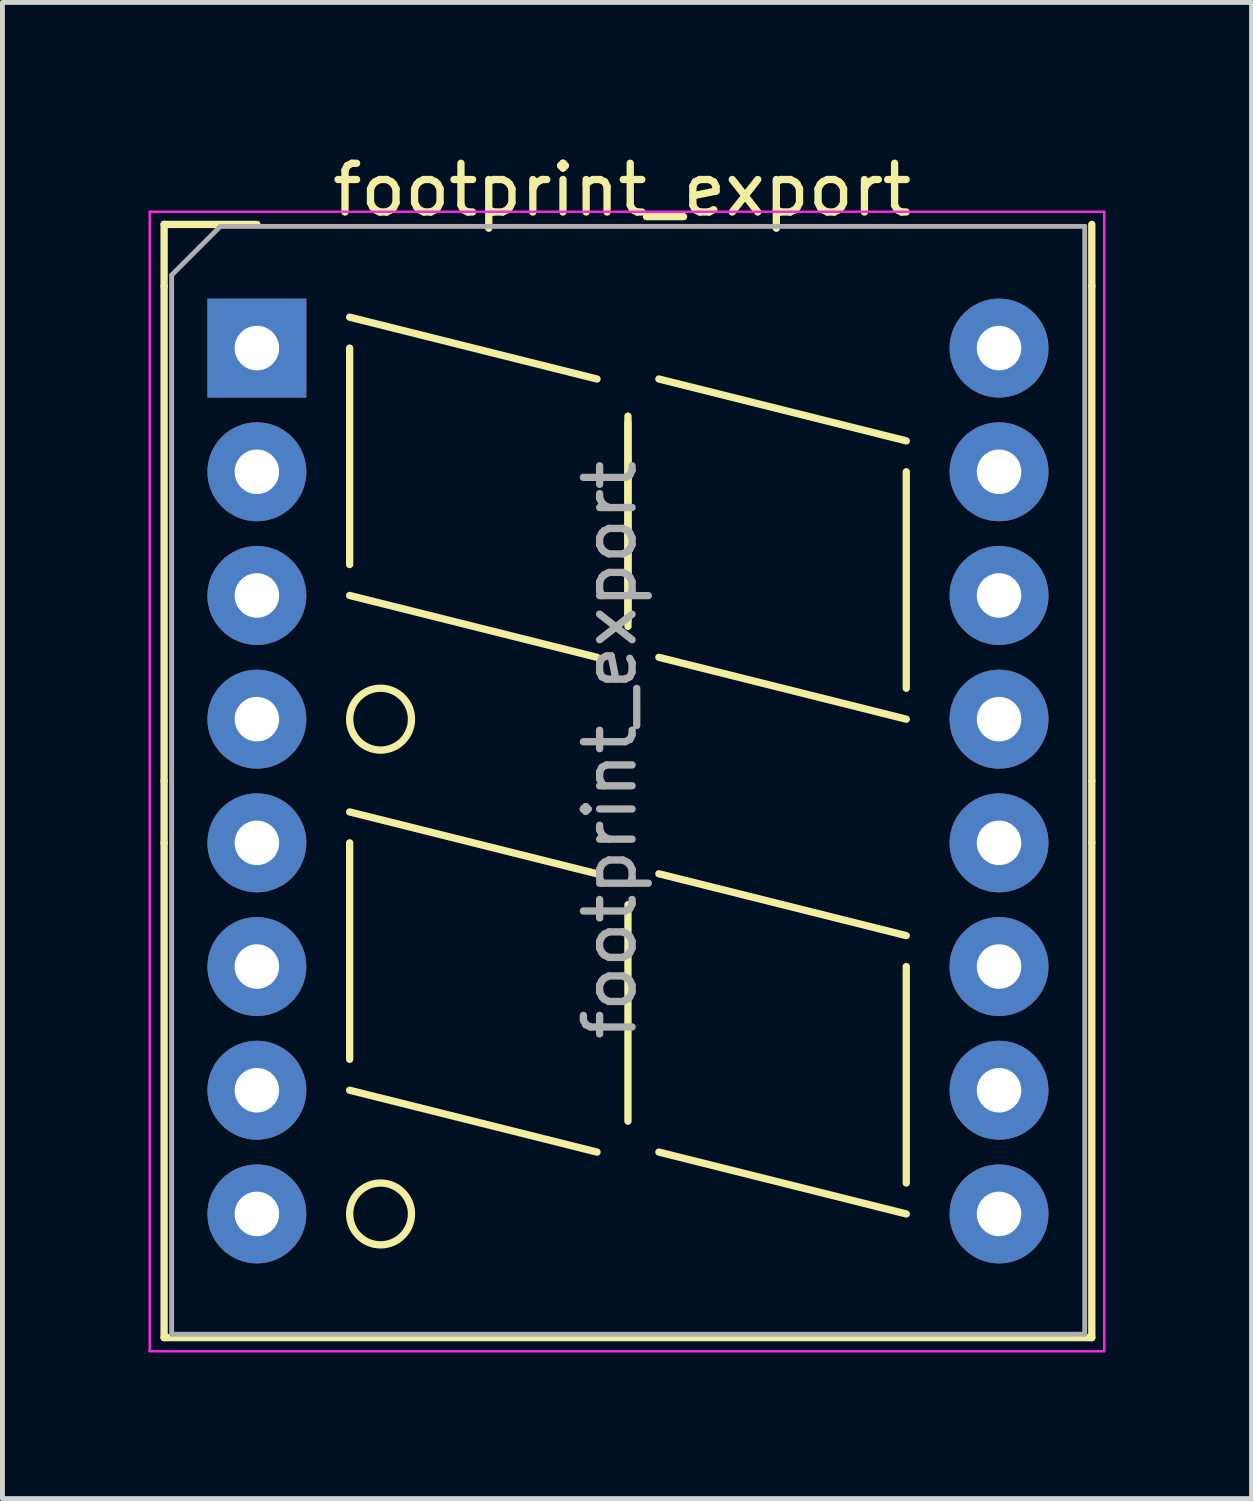
<source format=kicad_pcb>
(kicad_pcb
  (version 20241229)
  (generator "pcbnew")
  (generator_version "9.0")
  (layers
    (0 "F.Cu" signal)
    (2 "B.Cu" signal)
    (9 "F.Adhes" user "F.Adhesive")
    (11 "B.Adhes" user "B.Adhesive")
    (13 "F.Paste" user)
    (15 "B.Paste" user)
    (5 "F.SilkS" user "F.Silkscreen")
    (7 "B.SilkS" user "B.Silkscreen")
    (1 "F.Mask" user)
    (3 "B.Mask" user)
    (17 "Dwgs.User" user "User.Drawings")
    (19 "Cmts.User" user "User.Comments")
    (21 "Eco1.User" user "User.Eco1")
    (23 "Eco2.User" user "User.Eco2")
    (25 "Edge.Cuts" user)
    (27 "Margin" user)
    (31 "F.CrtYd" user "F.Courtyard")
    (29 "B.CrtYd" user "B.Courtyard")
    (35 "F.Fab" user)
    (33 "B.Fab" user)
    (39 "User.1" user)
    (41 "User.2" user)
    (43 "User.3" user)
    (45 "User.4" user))
  (footprint "footprint_export"
    (layer "F.Cu")
    (at 2.225 4.098)
    (property "Reference" "footprint_export" (at 7.5 -3.25 0) (layer "F.SilkS") (effects (font (size 1 1) (thickness 0.15))))
    (attr through_hole)
    (fp_line (start -1.905 -2.54) (end -1.905 -1.27) (stroke (width 0.15) (type solid)) (layer "F.SilkS"))
    (fp_line (start -1.905 -1.27) (end -1.905 8.89) (stroke (width 0.15) (type solid)) (layer "F.SilkS"))
    (fp_line (start -1.905 8.89) (end -1.905 10.16) (stroke (width 0.15) (type solid)) (layer "F.SilkS"))
    (fp_line (start -1.905 20.32) (end -1.905 10.16) (stroke (width 0.15) (type solid)) (layer "F.SilkS"))
    (fp_line (start 0 -2.54) (end -1.905 -2.54) (stroke (width 0.15) (type solid)) (layer "F.SilkS"))
    (fp_line (start 1.905 0) (end 1.905 4.445) (stroke (width 0.15) (type solid)) (layer "F.SilkS"))
    (fp_line (start 1.905 9.525) (end 6.985 10.795) (stroke (width 0.15) (type solid)) (layer "F.SilkS"))
    (fp_line (start 1.905 10.16) (end 1.905 14.605) (stroke (width 0.15) (type solid)) (layer "F.SilkS"))
    (fp_line (start 6.985 0.635) (end 1.905 -0.635) (stroke (width 0.15) (type solid)) (layer "F.SilkS"))
    (fp_line (start 6.985 6.35) (end 1.905 5.08) (stroke (width 0.15) (type solid)) (layer "F.SilkS"))
    (fp_line (start 6.985 16.51) (end 1.905 15.24) (stroke (width 0.15) (type solid)) (layer "F.SilkS"))
    (fp_line (start 7.62 1.397) (end 7.62 5.715) (stroke (width 0.15) (type solid)) (layer "F.SilkS"))
    (fp_line (start 7.62 1.524) (end 7.62 5.588) (stroke (width 0.15) (type solid)) (layer "F.SilkS"))
    (fp_line (start 7.62 11.43) (end 7.62 15.875) (stroke (width 0.15) (type solid)) (layer "F.SilkS"))
    (fp_line (start 8.255 0.635) (end 13.335 1.905) (stroke (width 0.15) (type solid)) (layer "F.SilkS"))
    (fp_line (start 8.255 6.35) (end 13.335 7.62) (stroke (width 0.15) (type solid)) (layer "F.SilkS"))
    (fp_line (start 8.255 10.795) (end 13.335 12.065) (stroke (width 0.15) (type solid)) (layer "F.SilkS"))
    (fp_line (start 8.255 16.51) (end 13.335 17.78) (stroke (width 0.15) (type solid)) (layer "F.SilkS"))
    (fp_line (start 13.335 2.54) (end 13.335 6.985) (stroke (width 0.15) (type solid)) (layer "F.SilkS"))
    (fp_line (start 13.335 12.7) (end 13.335 17.145) (stroke (width 0.15) (type solid)) (layer "F.SilkS"))
    (fp_line (start 17.145 -1.27) (end 17.145 -2.54) (stroke (width 0.15) (type solid)) (layer "F.SilkS"))
    (fp_line (start 17.145 8.89) (end 17.145 -1.27) (stroke (width 0.15) (type solid)) (layer "F.SilkS"))
    (fp_line (start 17.145 10.16) (end 17.145 8.89) (stroke (width 0.15) (type solid)) (layer "F.SilkS"))
    (fp_line (start 17.145 10.16) (end 17.145 20.32) (stroke (width 0.15) (type solid)) (layer "F.SilkS"))
    (fp_line (start 17.145 20.32) (end -1.905 20.32) (stroke (width 0.15) (type solid)) (layer "F.SilkS"))
    (fp_circle (center 2.54 7.62) (end 2.54 8.255) (stroke (width 0.15) (type solid)) (fill no) (layer "F.SilkS"))
    (fp_circle (center 2.54 17.78) (end 2.54 18.415) (stroke (width 0.15) (type solid)) (fill no) (layer "F.SilkS"))
    (fp_line (start -2.2 -2.8) (end 17.4 -2.8) (stroke (width 0.05) (type solid)) (layer "F.CrtYd"))
    (fp_line (start -2.2 20.6) (end -2.2 -2.8) (stroke (width 0.05) (type solid)) (layer "F.CrtYd"))
    (fp_line (start 17.4 -2.8) (end 17.4 20.6) (stroke (width 0.05) (type solid)) (layer "F.CrtYd"))
    (fp_line (start 17.4 20.6) (end -2.2 20.6) (stroke (width 0.05) (type solid)) (layer "F.CrtYd"))
    (fp_line (start -1.75 -1.5) (end -1.75 20.25) (stroke (width 0.1) (type solid)) (layer "F.Fab"))
    (fp_line (start -1.75 20.25) (end 17 20.25) (stroke (width 0.1) (type solid)) (layer "F.Fab"))
    (fp_line (start -0.75 -2.5) (end -1.75 -1.5) (stroke (width 0.1) (type solid)) (layer "F.Fab"))
    (fp_line (start 17 -2.5) (end -0.75 -2.5) (stroke (width 0.1) (type solid)) (layer "F.Fab"))
    (fp_line (start 17 20.25) (end 17 -2.5) (stroke (width 0.1) (type solid)) (layer "F.Fab"))
    (fp_text user "${REFERENCE}" (at 7.25 8.25 270) (layer "F.Fab") (effects (font (size 1 1) (thickness 0.15))))
    (pad "1" thru_hole rect (at 0 0 270) (size 2.032 2.032) (drill 0.914) (layers "*.Cu" "*.Mask"))
    (pad "2" thru_hole circle (at 0 2.54 270) (size 2.032 2.032) (drill 0.914) (layers "*.Cu" "*.Mask"))
    (pad "3" thru_hole circle (at 0 5.08 270) (size 2.032 2.032) (drill 0.914) (layers "*.Cu" "*.Mask"))
    (pad "4" thru_hole circle (at 0 7.62 270) (size 2.032 2.032) (drill 0.914) (layers "*.Cu" "*.Mask"))
    (pad "5" thru_hole circle (at 0 10.16 270) (size 2.032 2.032) (drill 0.914) (layers "*.Cu" "*.Mask"))
    (pad "6" thru_hole circle (at 0 12.7 270) (size 2.032 2.032) (drill 0.914) (layers "*.Cu" "*.Mask"))
    (pad "7" thru_hole circle (at 0 15.24 270) (size 2.032 2.032) (drill 0.914) (layers "*.Cu" "*.Mask"))
    (pad "8" thru_hole circle (at 0 17.78 270) (size 2.032 2.032) (drill 0.914) (layers "*.Cu" "*.Mask"))
    (pad "9" thru_hole circle (at 15.24 17.78 270) (size 2.032 2.032) (drill 0.914) (layers "*.Cu" "*.Mask"))
    (pad "10" thru_hole circle (at 15.24 15.24 270) (size 2.032 2.032) (drill 0.914) (layers "*.Cu" "*.Mask"))
    (pad "11" thru_hole circle (at 15.24 12.7 270) (size 2.032 2.032) (drill 0.914) (layers "*.Cu" "*.Mask"))
    (pad "12" thru_hole circle (at 15.24 10.16 270) (size 2.032 2.032) (drill 0.914) (layers "*.Cu" "*.Mask"))
    (pad "13" thru_hole circle (at 15.24 7.62 270) (size 2.032 2.032) (drill 0.914) (layers "*.Cu" "*.Mask"))
    (pad "14" thru_hole circle (at 15.24 5.08 270) (size 2.032 2.032) (drill 0.914) (layers "*.Cu" "*.Mask"))
    (pad "15" thru_hole circle (at 15.24 2.54 270) (size 2.032 2.032) (drill 0.914) (layers "*.Cu" "*.Mask"))
    (pad "16" thru_hole circle (at 15.24 0 270) (size 2.032 2.032) (drill 0.914) (layers "*.Cu" "*.Mask")))
  (gr_rect
    (start -3 -3)
    (end 22.65 27.723)
    (stroke (width 0.1) (type default))
    (fill no)
    (layer "Edge.Cuts")))
</source>
